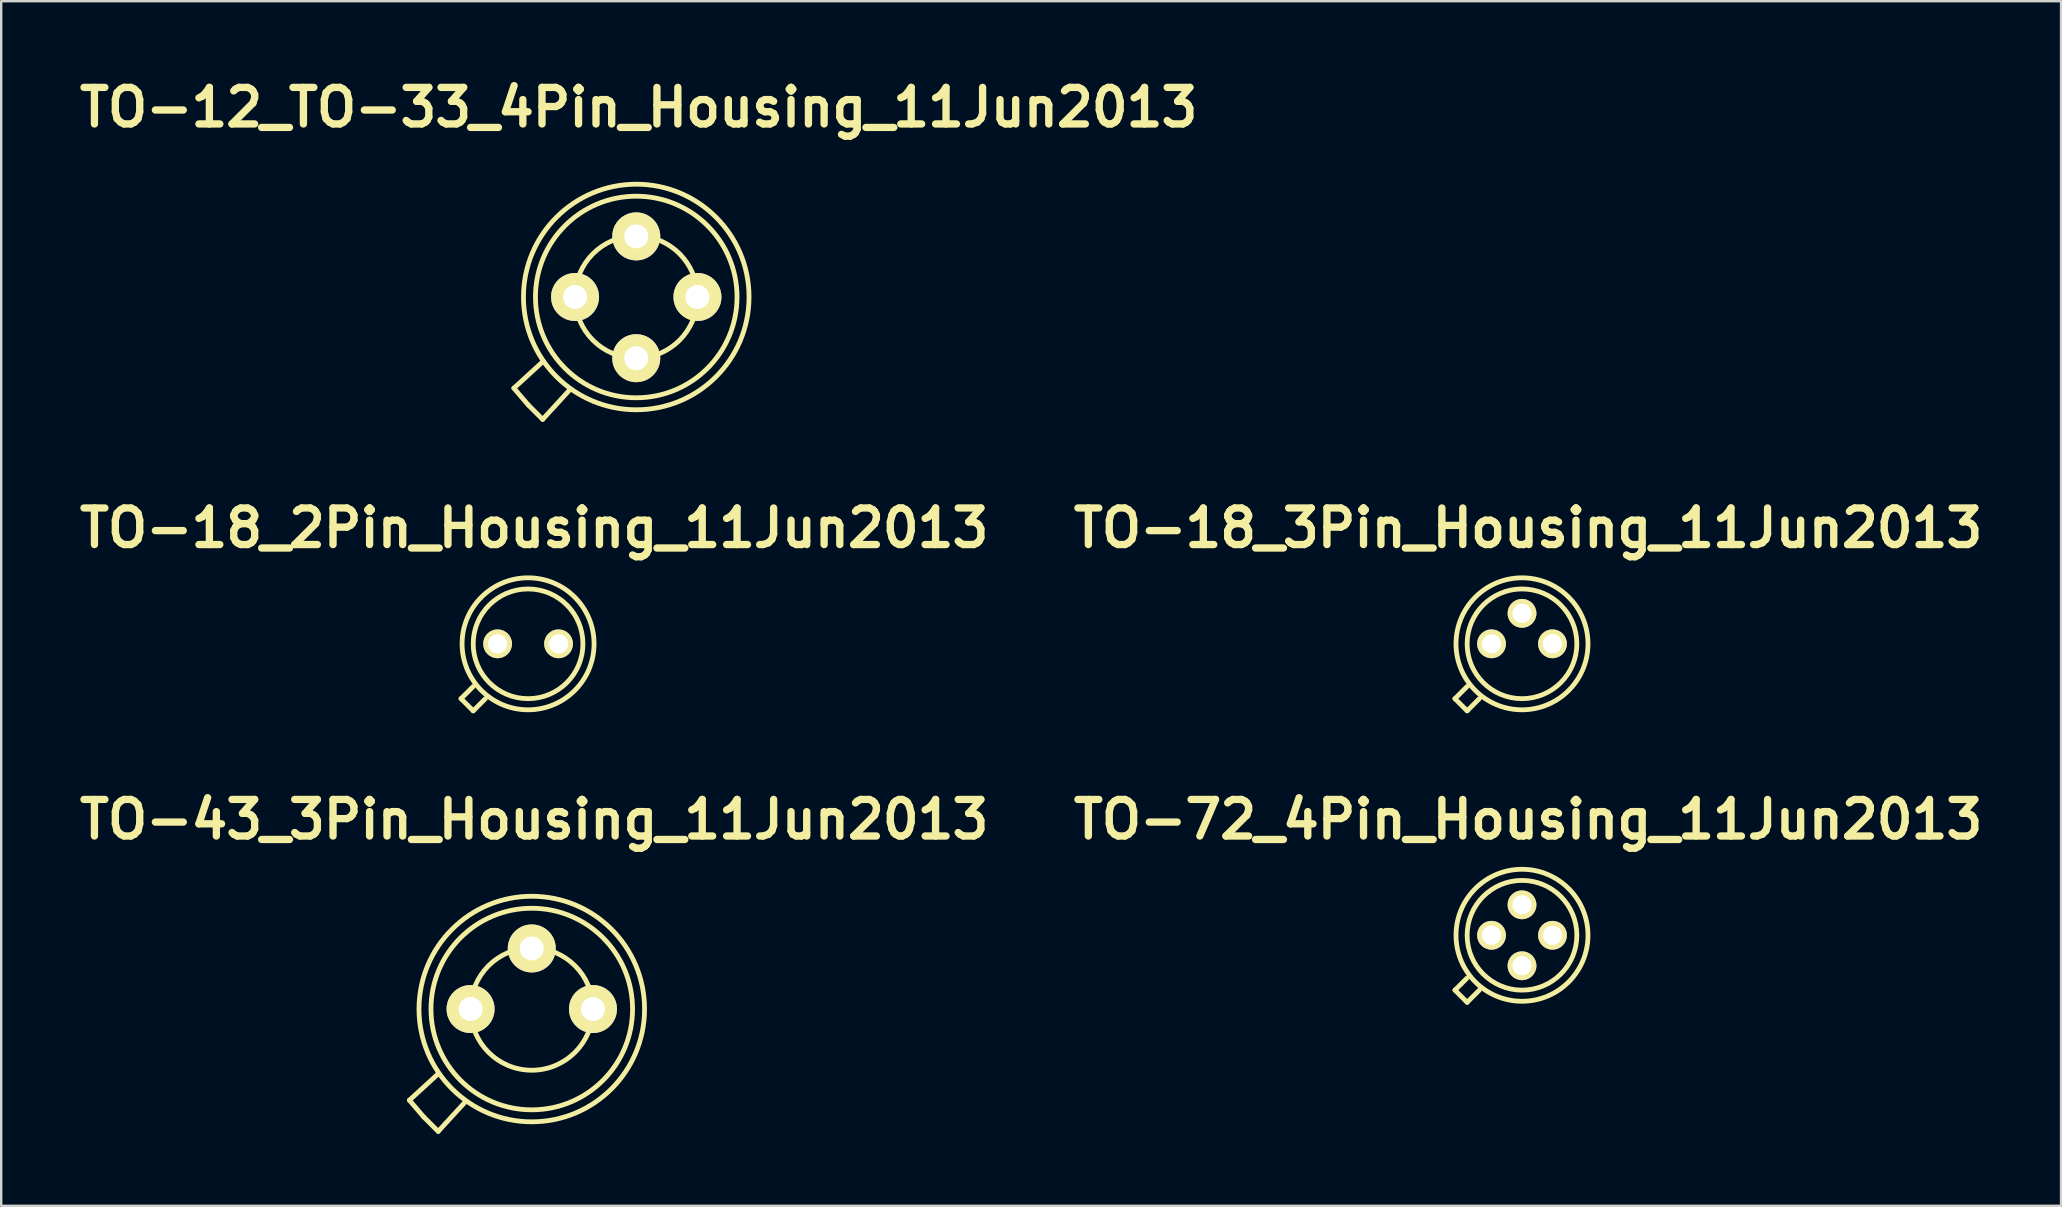
<source format=kicad_pcb>
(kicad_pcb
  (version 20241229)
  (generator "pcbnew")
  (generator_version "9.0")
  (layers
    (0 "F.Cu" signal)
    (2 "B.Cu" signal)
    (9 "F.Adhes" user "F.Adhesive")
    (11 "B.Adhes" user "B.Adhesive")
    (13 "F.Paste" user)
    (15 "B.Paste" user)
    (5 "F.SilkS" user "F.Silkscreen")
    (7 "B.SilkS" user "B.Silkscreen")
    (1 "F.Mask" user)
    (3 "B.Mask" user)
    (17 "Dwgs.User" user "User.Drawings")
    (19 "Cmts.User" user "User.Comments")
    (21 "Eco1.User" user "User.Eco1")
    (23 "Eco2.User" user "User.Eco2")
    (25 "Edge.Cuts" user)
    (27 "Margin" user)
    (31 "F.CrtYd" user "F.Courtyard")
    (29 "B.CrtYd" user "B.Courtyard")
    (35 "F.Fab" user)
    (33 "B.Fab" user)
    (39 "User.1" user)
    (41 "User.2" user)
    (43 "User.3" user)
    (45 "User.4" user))
  (footprint "TO-72_4Pin_Housing_11Jun2013"
    (layer "F.Cu")
    (at 60.375 35.925)
    (property "Reference" "TO-72_4Pin_Housing_11Jun2013" (at 0.254 -4.826 0) (layer "F.SilkS") (effects (font (size 1.524 1.524) (thickness 0.305))))
    (attr through_hole)
    (fp_line (start -2.794 2.286) (end -2.286 1.778) (stroke (width 0.2) (type solid)) (layer "F.SilkS"))
    (fp_line (start -2.286 2.794) (end -2.794 2.286) (stroke (width 0.2) (type solid)) (layer "F.SilkS"))
    (fp_line (start -1.778 2.286) (end -2.286 2.794) (stroke (width 0.2) (type solid)) (layer "F.SilkS"))
    (fp_circle (center 0 0) (end 2.286 0) (stroke (width 0.2) (type solid)) (fill no) (layer "F.SilkS"))
    (fp_circle (center 0 0) (end 2.75 0) (stroke (width 0.2) (type solid)) (fill no) (layer "F.SilkS"))
    (pad "1" thru_hole circle (at -1.27 0) (size 1.2 1.2) (drill 0.8) (layers "*.Cu" "*.Mask" "F.SilkS"))
    (pad "2" thru_hole circle (at 0 -1.27) (size 1.2 1.2) (drill 0.8) (layers "*.Cu" "*.Mask" "F.SilkS"))
    (pad "3" thru_hole circle (at 1.27 0) (size 1.2 1.2) (drill 0.8) (layers "*.Cu" "*.Mask" "F.SilkS"))
    (pad "4" thru_hole circle (at 0 1.27) (size 1.2 1.2) (drill 0.8) (layers "*.Cu" "*.Mask" "F.SilkS")))
  (footprint "TO-12_TO-33_4Pin_Housing_11Jun2013"
    (layer "F.Cu")
    (at 23.464 9.326)
    (property "Reference" "TO-12_TO-33_4Pin_Housing_11Jun2013" (at 0.1 -7.9 0) (layer "F.SilkS") (effects (font (size 1.524 1.524) (thickness 0.305))))
    (attr through_hole)
    (fp_line (start -5.1 3.8) (end -3.9 2.7) (stroke (width 0.2) (type solid)) (layer "F.SilkS"))
    (fp_line (start -4.5 4.5) (end -5.1 3.8) (stroke (width 0.2) (type solid)) (layer "F.SilkS"))
    (fp_line (start -4.5 4.5) (end -3.9 5.1) (stroke (width 0.2) (type solid)) (layer "F.SilkS"))
    (fp_line (start -3.9 5.1) (end -2.8 3.9) (stroke (width 0.2) (type solid)) (layer "F.SilkS"))
    (fp_circle (center 0 0) (end 2.55 0) (stroke (width 0.2) (type solid)) (fill no) (layer "F.SilkS"))
    (fp_circle (center 0 0) (end 4.2 0) (stroke (width 0.2) (type solid)) (fill no) (layer "F.SilkS"))
    (fp_circle (center 0 0) (end 4.7 0) (stroke (width 0.2) (type solid)) (fill no) (layer "F.SilkS"))
    (pad "1" thru_hole circle (at -2.55 0) (size 2 2) (drill 1) (layers "*.Cu" "*.Mask" "F.SilkS"))
    (pad "2" thru_hole circle (at 0 -2.525) (size 2 2) (drill 1) (layers "*.Cu" "*.Mask" "F.SilkS"))
    (pad "3" thru_hole circle (at 2.55 0) (size 2 2) (drill 1) (layers "*.Cu" "*.Mask" "F.SilkS"))
    (pad "4" thru_hole circle (at 0 2.55) (size 2 2) (drill 1) (layers "*.Cu" "*.Mask" "F.SilkS")))
  (footprint "TO-18_3Pin_Housing_11Jun2013"
    (layer "F.Cu")
    (at 60.375 23.779)
    (property "Reference" "TO-18_3Pin_Housing_11Jun2013" (at 0.254 -4.826 0) (layer "F.SilkS") (effects (font (size 1.524 1.524) (thickness 0.305))))
    (attr through_hole)
    (fp_line (start -2.794 2.286) (end -2.286 1.778) (stroke (width 0.2) (type solid)) (layer "F.SilkS"))
    (fp_line (start -2.286 2.794) (end -2.794 2.286) (stroke (width 0.2) (type solid)) (layer "F.SilkS"))
    (fp_line (start -1.778 2.286) (end -2.286 2.794) (stroke (width 0.2) (type solid)) (layer "F.SilkS"))
    (fp_circle (center 0 0) (end 2.286 0) (stroke (width 0.2) (type solid)) (fill no) (layer "F.SilkS"))
    (fp_circle (center 0 0) (end 2.75 0) (stroke (width 0.2) (type solid)) (fill no) (layer "F.SilkS"))
    (pad "1" thru_hole circle (at -1.27 0) (size 1.2 1.2) (drill 0.8) (layers "*.Cu" "*.Mask" "F.SilkS"))
    (pad "2" thru_hole circle (at 0 -1.27) (size 1.2 1.2) (drill 0.8) (layers "*.Cu" "*.Mask" "F.SilkS"))
    (pad "3" thru_hole circle (at 1.27 0) (size 1.2 1.2) (drill 0.8) (layers "*.Cu" "*.Mask" "F.SilkS")))
  (footprint "TO-43_3Pin_Housing_11Jun2013"
    (layer "F.Cu")
    (at 19.11 38.999)
    (property "Reference" "TO-43_3Pin_Housing_11Jun2013" (at 0.1 -7.9 0) (layer "F.SilkS") (effects (font (size 1.524 1.524) (thickness 0.305))))
    (attr through_hole)
    (fp_line (start -5.1 3.8) (end -3.9 2.7) (stroke (width 0.2) (type solid)) (layer "F.SilkS"))
    (fp_line (start -4.5 4.5) (end -5.1 3.8) (stroke (width 0.2) (type solid)) (layer "F.SilkS"))
    (fp_line (start -4.5 4.5) (end -3.9 5.1) (stroke (width 0.2) (type solid)) (layer "F.SilkS"))
    (fp_line (start -3.9 5.1) (end -2.8 3.9) (stroke (width 0.2) (type solid)) (layer "F.SilkS"))
    (fp_circle (center 0 0) (end 2.55 0) (stroke (width 0.2) (type solid)) (fill no) (layer "F.SilkS"))
    (fp_circle (center 0 0) (end 4.2 0) (stroke (width 0.2) (type solid)) (fill no) (layer "F.SilkS"))
    (fp_circle (center 0 0) (end 4.7 0) (stroke (width 0.2) (type solid)) (fill no) (layer "F.SilkS"))
    (pad "1" thru_hole circle (at -2.55 0) (size 2 2) (drill 1) (layers "*.Cu" "*.Mask" "F.SilkS"))
    (pad "2" thru_hole circle (at 0 -2.525) (size 2 2) (drill 1) (layers "*.Cu" "*.Mask" "F.SilkS"))
    (pad "3" thru_hole circle (at 2.55 0) (size 2 2) (drill 1) (layers "*.Cu" "*.Mask" "F.SilkS")))
  (footprint "TO-18_2Pin_Housing_11Jun2013"
    (layer "F.Cu")
    (at 18.956 23.779)
    (property "Reference" "TO-18_2Pin_Housing_11Jun2013" (at 0.254 -4.826 0) (layer "F.SilkS") (effects (font (size 1.524 1.524) (thickness 0.305))))
    (attr through_hole)
    (fp_line (start -2.794 2.286) (end -2.286 1.778) (stroke (width 0.2) (type solid)) (layer "F.SilkS"))
    (fp_line (start -2.286 2.794) (end -2.794 2.286) (stroke (width 0.2) (type solid)) (layer "F.SilkS"))
    (fp_line (start -1.778 2.286) (end -2.286 2.794) (stroke (width 0.2) (type solid)) (layer "F.SilkS"))
    (fp_circle (center 0 0) (end 2.286 0) (stroke (width 0.2) (type solid)) (fill no) (layer "F.SilkS"))
    (fp_circle (center 0 0) (end 2.75 0) (stroke (width 0.2) (type solid)) (fill no) (layer "F.SilkS"))
    (pad "1" thru_hole circle (at 1.27 0) (size 1.2 1.2) (drill 0.8) (layers "*.Cu" "*.Mask" "F.SilkS"))
    (pad "2" thru_hole circle (at -1.27 0) (size 1.2 1.2) (drill 0.8) (layers "*.Cu" "*.Mask" "F.SilkS")))
  (gr_rect
    (start -3 -3)
    (end 82.839 47.199)
    (stroke (width 0.1) (type default))
    (fill no)
    (layer "Edge.Cuts")))
</source>
